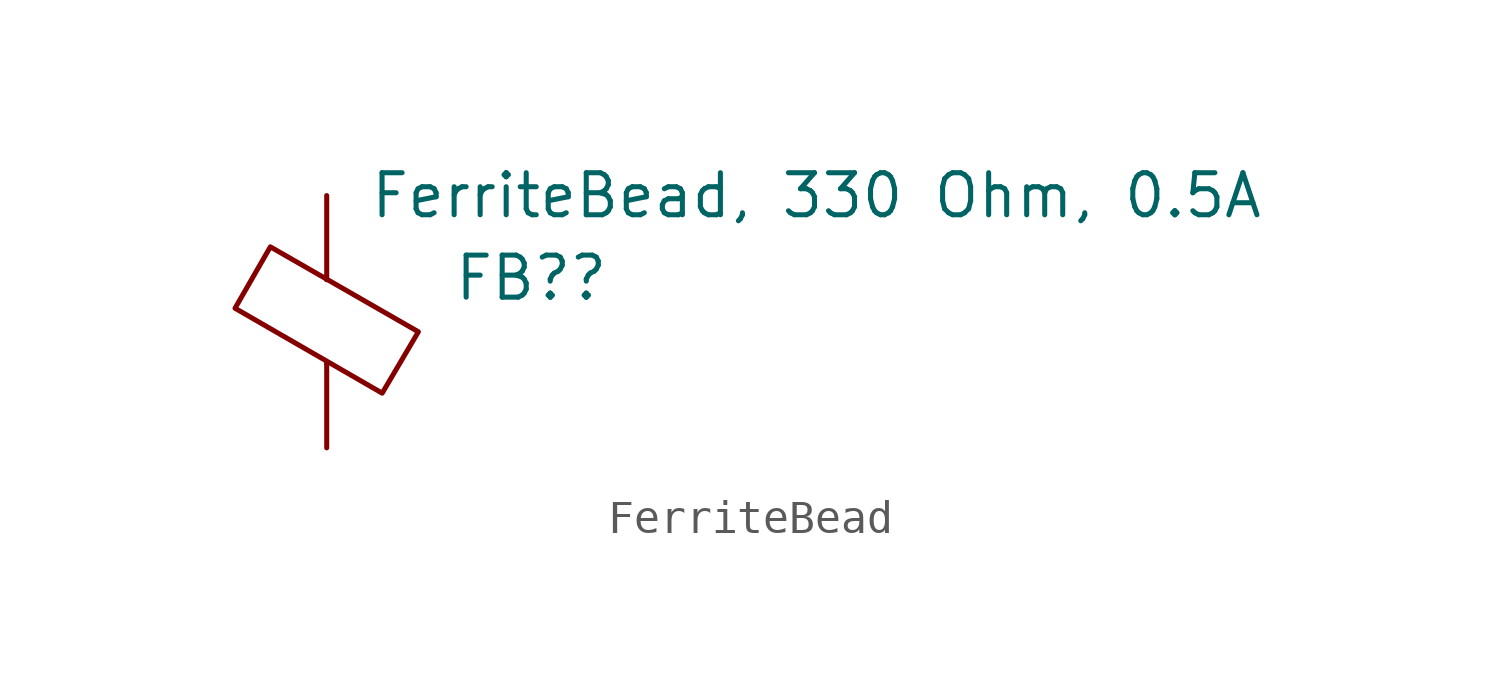
<source format=kicad_sym>
(kicad_symbol_lib
  (version 20231120)
  (generator "kicad_symbol_editor")
  (generator_version "8.0")
  (symbol "FerriteBead"
    (pin_numbers hide)
    (pin_names
      (offset 0))
    (property "Reference" "FB?"
      (at 3.81 1.321 0)
      (effects (font (size 1.27 1.27)) (justify left)))
    (property "Value" "FerriteBead, 330 Ohm, 0.5A"
      (at 1.27 3.81 0)
      (effects (font (size 1.27 1.27)) (justify left)))
    (symbol "FerriteBead_0_1"
      (polyline (pts (xy 0 -1.27) (xy 0 -1.219)) (stroke (width 0) (type default)) (fill (type none)))
      (polyline (pts (xy 0 1.27) (xy 0 1.295)) (stroke (width 0) (type default)) (fill (type none)))
      (polyline (pts (xy -2.769 0.406) (xy -1.702 2.261) (xy 2.769 -0.305) (xy 1.676 -2.159) (xy -2.769 0.406)) (stroke (width 0) (type default)) (fill (type none))))
    (symbol "FerriteBead_1_1"
      (pin passive line (at 0 3.81 270) (length 2.54) (name "~" (effects (font (size 1.27 1.27)))) (number "1" (effects (font (size 1.27 1.27)))))
      (pin passive line (at 0 -3.81 90) (length 2.54) (name "~" (effects (font (size 1.27 1.27)))) (number "2" (effects (font (size 1.27 1.27))))))))
</source>
